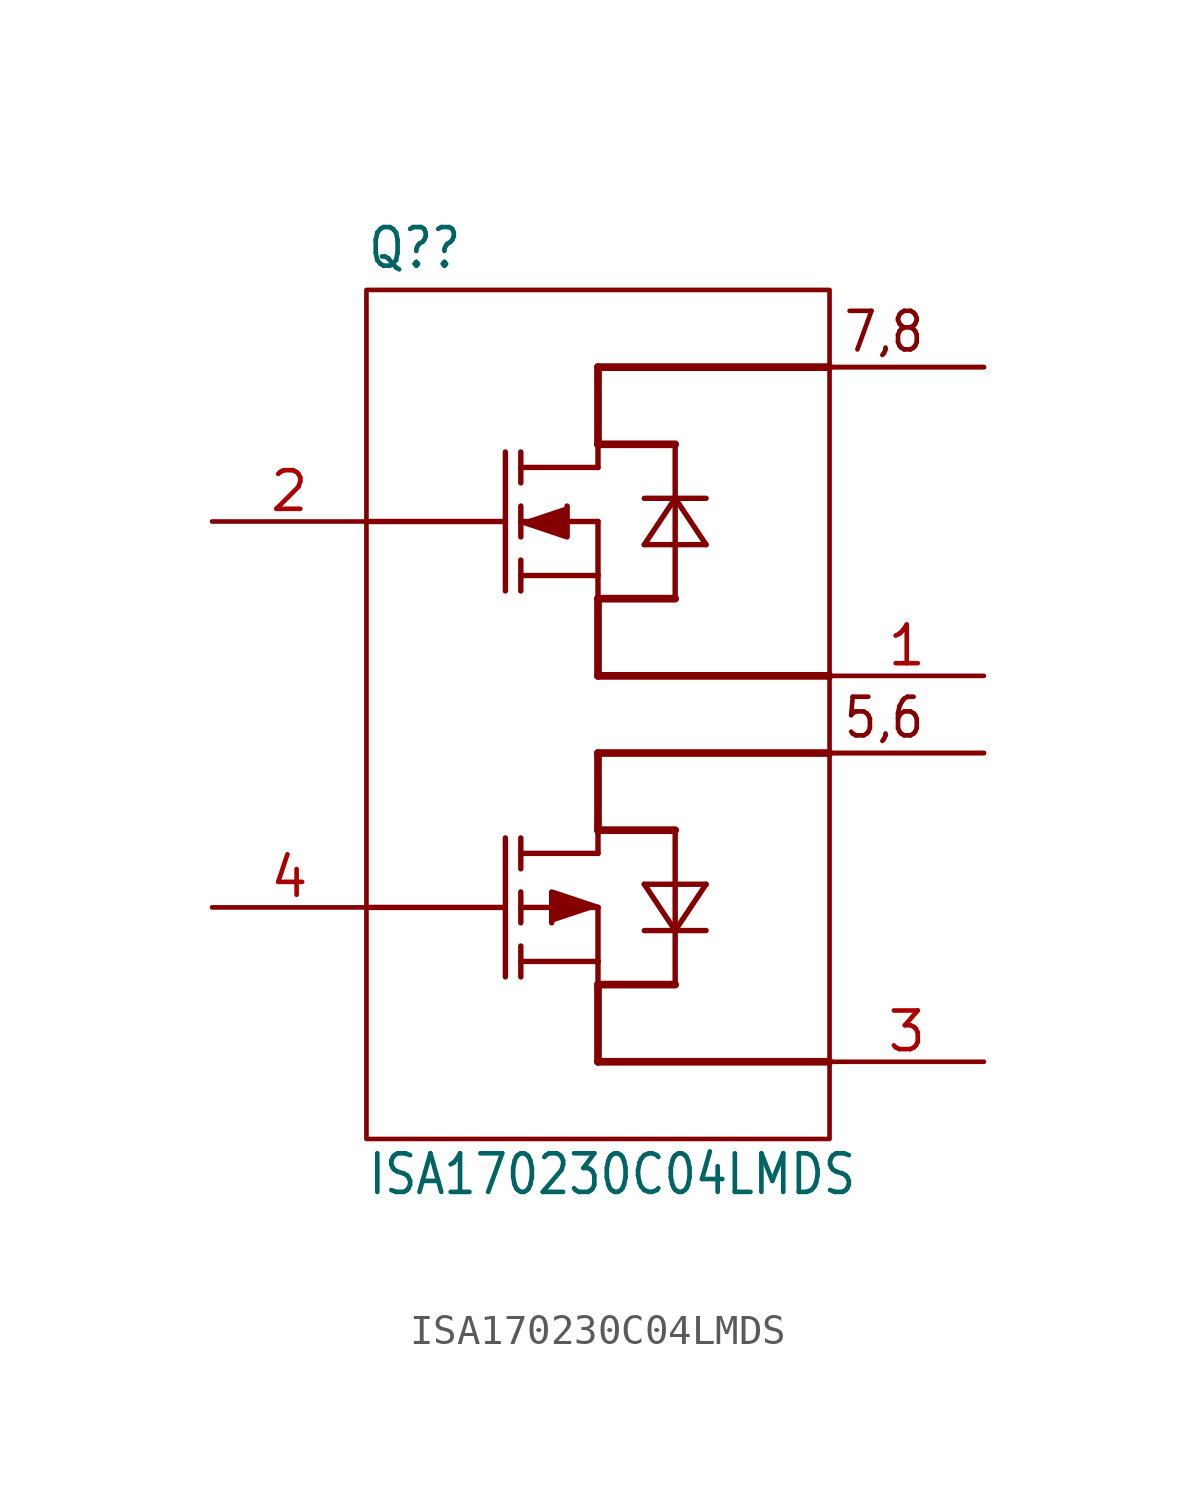
<source format=kicad_sym>
(kicad_symbol_lib
  (version 20231120)
  (generator "kicad_symbol_editor")
  (generator_version "8.0")
  (symbol "ISA170230C04LMDS"
    (property "Reference" "Q?"
      (at 0 0.635 0)
      (effects (font (size 1.27 1.079)) (justify left bottom)))
    (property "Value" "ISA170230C04LMDS"
      (at 0 -29.845 0)
      (effects (font (size 1.27 1.079)) (justify left bottom)))
    (symbol "ISA170230C04LMDS_0_1"
      (rectangle (start 0 0) (end 15.24 -27.94) (stroke (width 0) (type default)) (fill (type none))))
    (symbol "ISA170230C04LMDS_1_0"
      (polyline (pts (xy 4.572 -20.32) (xy 0 -20.32)) (stroke (width 0.178) (type solid)) (fill (type none)))
      (polyline (pts (xy 4.572 -20.32) (xy 4.572 -22.606)) (stroke (width 0.178) (type solid)) (fill (type none)))
      (polyline (pts (xy 4.572 -18.034) (xy 4.572 -20.32)) (stroke (width 0.178) (type solid)) (fill (type none)))
      (polyline (pts (xy 4.572 -7.62) (xy 0 -7.62)) (stroke (width 0.178) (type solid)) (fill (type none)))
      (polyline (pts (xy 4.572 -7.62) (xy 4.572 -9.906)) (stroke (width 0.178) (type solid)) (fill (type none)))
      (polyline (pts (xy 4.572 -5.334) (xy 4.572 -7.62)) (stroke (width 0.178) (type solid)) (fill (type none)))
      (polyline (pts (xy 5.08 -22.098) (xy 5.08 -22.606)) (stroke (width 0.178) (type solid)) (fill (type none)))
      (polyline (pts (xy 5.08 -22.098) (xy 7.62 -22.098)) (stroke (width 0.178) (type solid)) (fill (type none)))
      (polyline (pts (xy 5.08 -21.59) (xy 5.08 -22.098)) (stroke (width 0.178) (type solid)) (fill (type none)))
      (polyline (pts (xy 5.08 -20.32) (xy 5.08 -20.828)) (stroke (width 0.178) (type solid)) (fill (type none)))
      (polyline (pts (xy 5.08 -20.32) (xy 7.62 -20.32)) (stroke (width 0.178) (type solid)) (fill (type none)))
      (polyline (pts (xy 5.08 -19.812) (xy 5.08 -20.32)) (stroke (width 0.178) (type solid)) (fill (type none)))
      (polyline (pts (xy 5.08 -18.542) (xy 5.08 -19.05)) (stroke (width 0.178) (type solid)) (fill (type none)))
      (polyline (pts (xy 5.08 -18.542) (xy 7.62 -18.542)) (stroke (width 0.178) (type solid)) (fill (type none)))
      (polyline (pts (xy 5.08 -18.034) (xy 5.08 -18.542)) (stroke (width 0.178) (type solid)) (fill (type none)))
      (polyline (pts (xy 5.08 -9.398) (xy 5.08 -9.906)) (stroke (width 0.178) (type solid)) (fill (type none)))
      (polyline (pts (xy 5.08 -9.398) (xy 7.62 -9.398)) (stroke (width 0.178) (type solid)) (fill (type none)))
      (polyline (pts (xy 5.08 -8.89) (xy 5.08 -9.398)) (stroke (width 0.178) (type solid)) (fill (type none)))
      (polyline (pts (xy 5.08 -7.62) (xy 5.08 -8.128)) (stroke (width 0.178) (type solid)) (fill (type none)))
      (polyline (pts (xy 5.08 -7.62) (xy 7.62 -7.62)) (stroke (width 0.178) (type solid)) (fill (type none)))
      (polyline (pts (xy 5.08 -7.112) (xy 5.08 -7.62)) (stroke (width 0.178) (type solid)) (fill (type none)))
      (polyline (pts (xy 5.08 -5.842) (xy 5.08 -6.35)) (stroke (width 0.178) (type solid)) (fill (type none)))
      (polyline (pts (xy 5.08 -5.842) (xy 7.62 -5.842)) (stroke (width 0.178) (type solid)) (fill (type none)))
      (polyline (pts (xy 5.08 -5.334) (xy 5.08 -5.842)) (stroke (width 0.178) (type solid)) (fill (type none)))
      (polyline (pts (xy 7.62 -25.4) (xy 15.24 -25.4)) (stroke (width 0.254) (type solid)) (fill (type none)))
      (polyline (pts (xy 7.62 -22.86) (xy 7.62 -25.4)) (stroke (width 0.254) (type solid)) (fill (type none)))
      (polyline (pts (xy 7.62 -22.86) (xy 10.16 -22.86)) (stroke (width 0.254) (type solid)) (fill (type none)))
      (polyline (pts (xy 7.62 -22.098) (xy 7.62 -22.86)) (stroke (width 0.178) (type solid)) (fill (type none)))
      (polyline (pts (xy 7.62 -20.32) (xy 7.62 -22.098)) (stroke (width 0.178) (type solid)) (fill (type none)))
      (polyline (pts (xy 7.62 -18.542) (xy 7.62 -17.78)) (stroke (width 0.178) (type solid)) (fill (type none)))
      (polyline (pts (xy 7.62 -17.78) (xy 7.62 -15.24)) (stroke (width 0.254) (type solid)) (fill (type none)))
      (polyline (pts (xy 7.62 -17.78) (xy 10.16 -17.78)) (stroke (width 0.254) (type solid)) (fill (type none)))
      (polyline (pts (xy 7.62 -15.24) (xy 15.24 -15.24)) (stroke (width 0.254) (type solid)) (fill (type none)))
      (polyline (pts (xy 7.62 -12.7) (xy 15.24 -12.7)) (stroke (width 0.254) (type solid)) (fill (type none)))
      (polyline (pts (xy 7.62 -10.16) (xy 7.62 -12.7)) (stroke (width 0.254) (type solid)) (fill (type none)))
      (polyline (pts (xy 7.62 -10.16) (xy 10.16 -10.16)) (stroke (width 0.254) (type solid)) (fill (type none)))
      (polyline (pts (xy 7.62 -9.398) (xy 7.62 -10.16)) (stroke (width 0.178) (type solid)) (fill (type none)))
      (polyline (pts (xy 7.62 -7.62) (xy 7.62 -9.398)) (stroke (width 0.178) (type solid)) (fill (type none)))
      (polyline (pts (xy 7.62 -5.842) (xy 7.62 -5.08)) (stroke (width 0.178) (type solid)) (fill (type none)))
      (polyline (pts (xy 7.62 -5.08) (xy 7.62 -2.54)) (stroke (width 0.254) (type solid)) (fill (type none)))
      (polyline (pts (xy 7.62 -5.08) (xy 10.16 -5.08)) (stroke (width 0.254) (type solid)) (fill (type none)))
      (polyline (pts (xy 7.62 -2.54) (xy 15.24 -2.54)) (stroke (width 0.254) (type solid)) (fill (type none)))
      (polyline (pts (xy 9.144 -19.558) (xy 10.16 -21.082)) (stroke (width 0.178) (type solid)) (fill (type none)))
      (polyline (pts (xy 9.144 -8.382) (xy 11.176 -8.382)) (stroke (width 0.178) (type solid)) (fill (type none)))
      (polyline (pts (xy 9.144 -6.858) (xy 10.16 -6.858)) (stroke (width 0.178) (type solid)) (fill (type none)))
      (polyline (pts (xy 10.16 -22.86) (xy 10.16 -21.082)) (stroke (width 0.178) (type solid)) (fill (type none)))
      (polyline (pts (xy 10.16 -21.082) (xy 9.144 -21.082)) (stroke (width 0.178) (type solid)) (fill (type none)))
      (polyline (pts (xy 10.16 -21.082) (xy 10.16 -17.78)) (stroke (width 0.178) (type solid)) (fill (type none)))
      (polyline (pts (xy 10.16 -21.082) (xy 11.176 -19.558)) (stroke (width 0.178) (type solid)) (fill (type none)))
      (polyline (pts (xy 10.16 -6.858) (xy 9.144 -8.382)) (stroke (width 0.178) (type solid)) (fill (type none)))
      (polyline (pts (xy 10.16 -6.858) (xy 10.16 -10.16)) (stroke (width 0.178) (type solid)) (fill (type none)))
      (polyline (pts (xy 10.16 -6.858) (xy 11.176 -6.858)) (stroke (width 0.178) (type solid)) (fill (type none)))
      (polyline (pts (xy 10.16 -5.08) (xy 10.16 -6.858)) (stroke (width 0.178) (type solid)) (fill (type none)))
      (polyline (pts (xy 11.176 -21.082) (xy 10.16 -21.082)) (stroke (width 0.178) (type solid)) (fill (type none)))
      (polyline (pts (xy 11.176 -19.558) (xy 9.144 -19.558)) (stroke (width 0.178) (type solid)) (fill (type none)))
      (polyline (pts (xy 11.176 -8.382) (xy 10.16 -6.858)) (stroke (width 0.178) (type solid)) (fill (type none)))
      (polyline (pts (xy 5.08 -7.62) (xy 6.604 -8.128) (xy 6.604 -7.112)) (stroke (width 0.178) (type solid)) (fill (type outline)))
      (polyline (pts (xy 7.62 -20.32) (xy 6.096 -19.812) (xy 6.096 -20.828)) (stroke (width 0.178) (type solid)) (fill (type outline)))
      (text "5,6" (at 18.415 -13.335 0) (effects (font (size 1.27 1.079)) (justify right top)))
      (text "7,8" (at 18.415 -0.635 0) (effects (font (size 1.27 1.079)) (justify right top)))
      (pin passive line (at 20.32 -12.7 180) (length 5.08) (name "1" (effects (font (size 0 0)))) (number "1" (effects (font (size 1.27 1.27)))))
      (pin passive line (at -5.08 -7.62 0) (length 5.08) (name "2" (effects (font (size 0 0)))) (number "2" (effects (font (size 1.27 1.27)))))
      (pin passive line (at 20.32 -25.4 180) (length 5.08) (name "3" (effects (font (size 0 0)))) (number "3" (effects (font (size 1.27 1.27)))))
      (pin passive line (at -5.08 -20.32 0) (length 5.08) (name "4" (effects (font (size 0 0)))) (number "4" (effects (font (size 1.27 1.27)))))
      (pin passive line (at 20.32 -15.24 180) (length 5.08) (name "5" (effects (font (size 0 0)))) (number "5" (effects (font (size 0 0)))))
      (pin passive line (at 20.32 -15.24 180) (length 5.08) (name "6" (effects (font (size 0 0)))) (number "6" (effects (font (size 0 0)))))
      (pin passive line (at 20.32 -2.54 180) (length 5.08) (name "7" (effects (font (size 0 0)))) (number "7" (effects (font (size 0 0)))))
      (pin passive line (at 20.32 -2.54 180) (length 5.08) (name "8" (effects (font (size 0 0)))) (number "8" (effects (font (size 0 0))))))))
</source>
